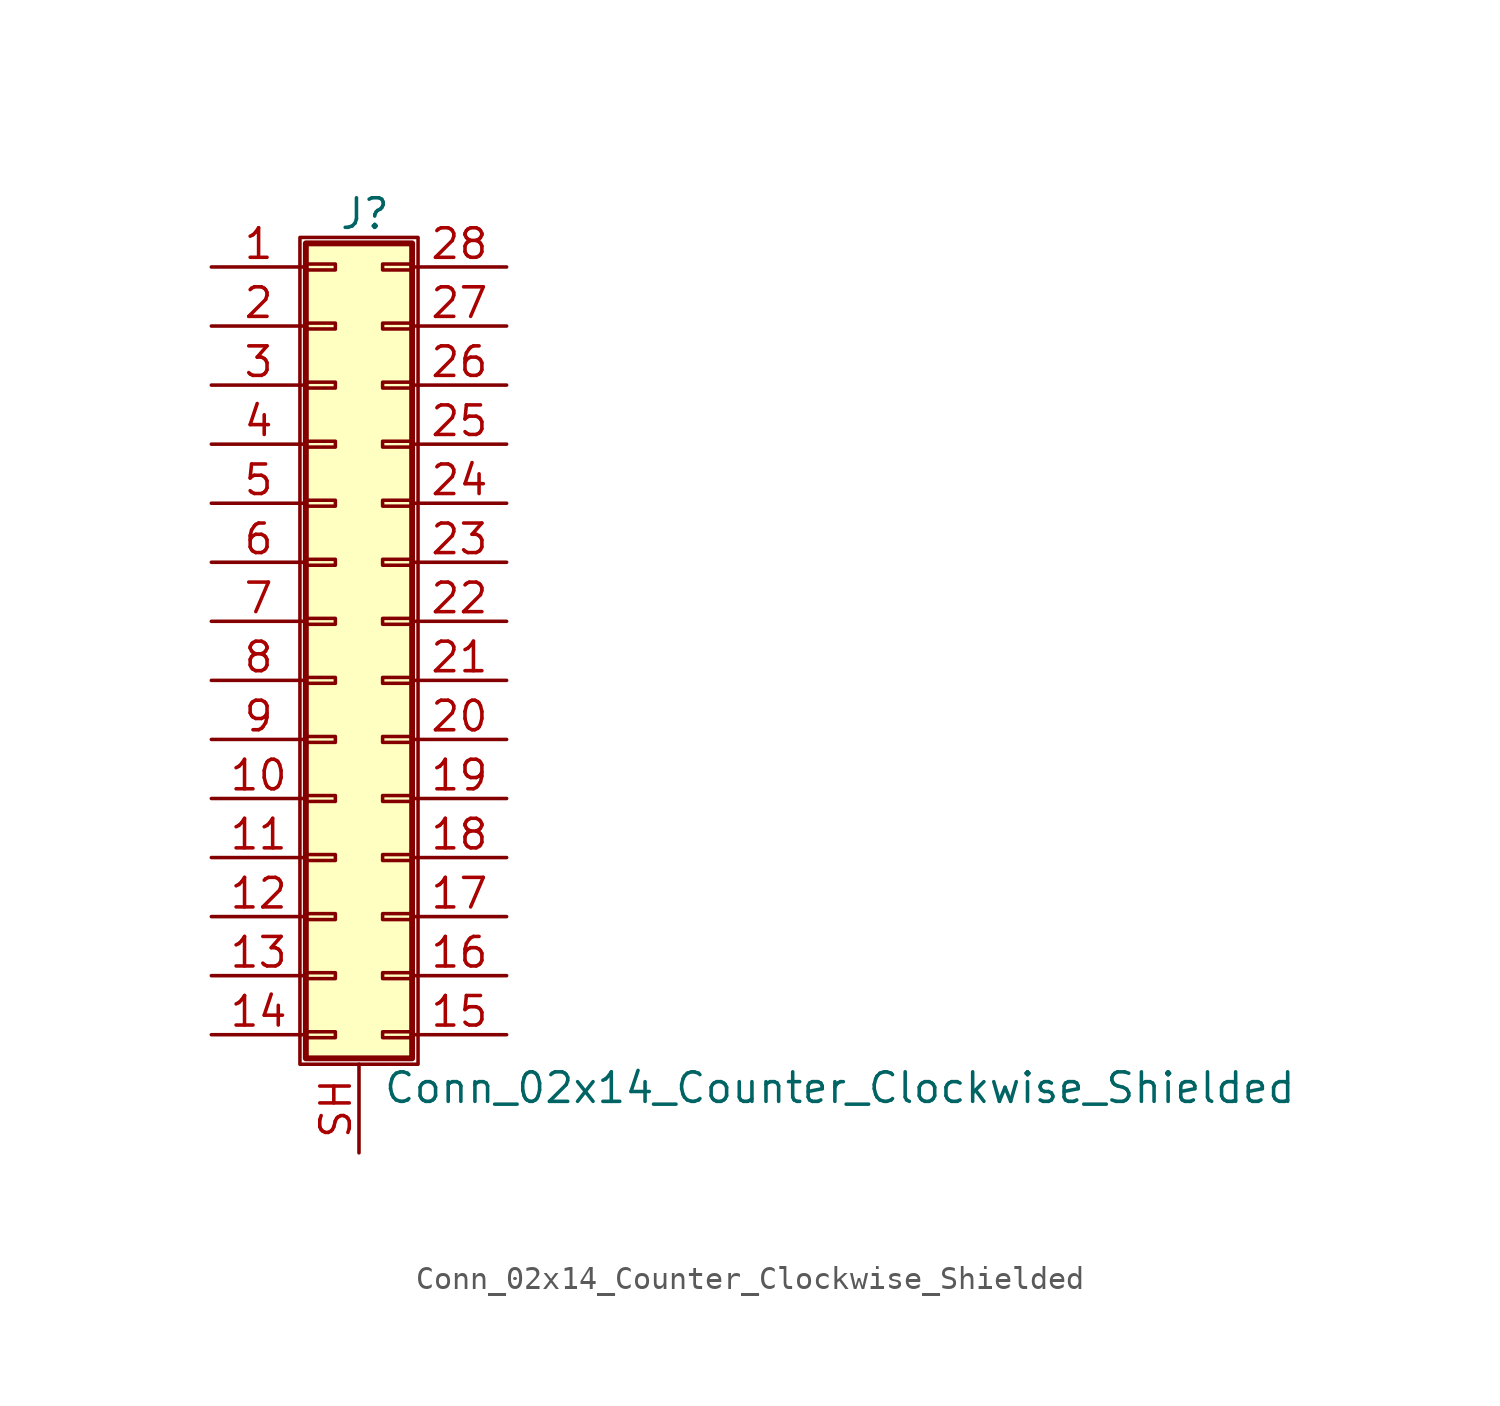
<source format=kicad_sym>
(kicad_symbol_lib
  (version 20201005)
  (generator kicad_symbol_editor)
  (symbol "Connector_Generic_Shielded:Conn_02x14_Counter_Clockwise_Shielded"
    (pin_names
      (offset 1.016) hide)
    (property "Reference" "J"
      (at 1.524 17.526 0)
      (effects (font (size 1.27 1.27))))
    (property "Value" "Conn_02x14_Counter_Clockwise_Shielded"
      (at 2.286 -20.066 0)
      (effects (font (size 1.27 1.27)) (justify left)))
    (symbol "Conn_02x14_Counter_Clockwise_Shielded_1_1"
      (rectangle (start -1.016 -4.953) (end 0.254 -5.207) (stroke (width 0.152)) (fill (type none)))
      (rectangle (start -1.016 -7.493) (end 0.254 -7.747) (stroke (width 0.152)) (fill (type none)))
      (rectangle (start -1.016 -10.033) (end 0.254 -10.287) (stroke (width 0.152)) (fill (type none)))
      (rectangle (start -1.016 -12.573) (end 0.254 -12.827) (stroke (width 0.152)) (fill (type none)))
      (rectangle (start -1.016 -15.113) (end 0.254 -15.367) (stroke (width 0.152)) (fill (type none)))
      (rectangle (start -1.016 -17.653) (end 0.254 -17.907) (stroke (width 0.152)) (fill (type none)))
      (rectangle (start -1.016 -2.413) (end 0.254 -2.667) (stroke (width 0.152)) (fill (type none)))
      (rectangle (start -1.016 2.667) (end 0.254 2.413) (stroke (width 0.152)) (fill (type none)))
      (rectangle (start -1.016 5.207) (end 0.254 4.953) (stroke (width 0.152)) (fill (type none)))
      (rectangle (start -1.016 7.747) (end 0.254 7.493) (stroke (width 0.152)) (fill (type none)))
      (rectangle (start -1.016 10.287) (end 0.254 10.033) (stroke (width 0.152)) (fill (type none)))
      (rectangle (start -1.016 0.127) (end 0.254 -0.127) (stroke (width 0.152)) (fill (type none)))
      (rectangle (start -1.016 12.827) (end 0.254 12.573) (stroke (width 0.152)) (fill (type none)))
      (rectangle (start -1.016 15.367) (end 0.254 15.113) (stroke (width 0.152)) (fill (type none)))
      (rectangle (start -1.016 16.256) (end 3.556 -18.796) (stroke (width 0.254)) (fill (type background)))
      (rectangle (start -1.27 16.51) (end 3.81 -19.05) (stroke (width 0.152)) (fill (type none)))
      (rectangle (start 3.556 -4.953) (end 2.286 -5.207) (stroke (width 0.152)) (fill (type none)))
      (rectangle (start 3.556 -7.493) (end 2.286 -7.747) (stroke (width 0.152)) (fill (type none)))
      (rectangle (start 3.556 -10.033) (end 2.286 -10.287) (stroke (width 0.152)) (fill (type none)))
      (rectangle (start 3.556 -12.573) (end 2.286 -12.827) (stroke (width 0.152)) (fill (type none)))
      (rectangle (start 3.556 -15.113) (end 2.286 -15.367) (stroke (width 0.152)) (fill (type none)))
      (rectangle (start 3.556 -17.653) (end 2.286 -17.907) (stroke (width 0.152)) (fill (type none)))
      (rectangle (start 3.556 -2.413) (end 2.286 -2.667) (stroke (width 0.152)) (fill (type none)))
      (rectangle (start 3.556 2.667) (end 2.286 2.413) (stroke (width 0.152)) (fill (type none)))
      (rectangle (start 3.556 5.207) (end 2.286 4.953) (stroke (width 0.152)) (fill (type none)))
      (rectangle (start 3.556 7.747) (end 2.286 7.493) (stroke (width 0.152)) (fill (type none)))
      (rectangle (start 3.556 10.287) (end 2.286 10.033) (stroke (width 0.152)) (fill (type none)))
      (rectangle (start 3.556 0.127) (end 2.286 -0.127) (stroke (width 0.152)) (fill (type none)))
      (rectangle (start 3.556 12.827) (end 2.286 12.573) (stroke (width 0.152)) (fill (type none)))
      (rectangle (start 3.556 15.367) (end 2.286 15.113) (stroke (width 0.152)) (fill (type none)))
      (pin passive line (at -5.08 15.24 0) (length 4.064) (name "Pin_1" (effects (font (size 1.27 1.27)))) (number "1" (effects (font (size 1.27 1.27)))))
      (pin passive line (at -5.08 -7.62 0) (length 4.064) (name "Pin_10" (effects (font (size 1.27 1.27)))) (number "10" (effects (font (size 1.27 1.27)))))
      (pin passive line (at -5.08 -10.16 0) (length 4.064) (name "Pin_11" (effects (font (size 1.27 1.27)))) (number "11" (effects (font (size 1.27 1.27)))))
      (pin passive line (at -5.08 -12.7 0) (length 4.064) (name "Pin_12" (effects (font (size 1.27 1.27)))) (number "12" (effects (font (size 1.27 1.27)))))
      (pin passive line (at -5.08 -15.24 0) (length 4.064) (name "Pin_13" (effects (font (size 1.27 1.27)))) (number "13" (effects (font (size 1.27 1.27)))))
      (pin passive line (at -5.08 -17.78 0) (length 4.064) (name "Pin_14" (effects (font (size 1.27 1.27)))) (number "14" (effects (font (size 1.27 1.27)))))
      (pin passive line (at 7.62 -17.78 180) (length 4.064) (name "Pin_15" (effects (font (size 1.27 1.27)))) (number "15" (effects (font (size 1.27 1.27)))))
      (pin passive line (at 7.62 -15.24 180) (length 4.064) (name "Pin_16" (effects (font (size 1.27 1.27)))) (number "16" (effects (font (size 1.27 1.27)))))
      (pin passive line (at 7.62 -12.7 180) (length 4.064) (name "Pin_17" (effects (font (size 1.27 1.27)))) (number "17" (effects (font (size 1.27 1.27)))))
      (pin passive line (at 7.62 -10.16 180) (length 4.064) (name "Pin_18" (effects (font (size 1.27 1.27)))) (number "18" (effects (font (size 1.27 1.27)))))
      (pin passive line (at 7.62 -7.62 180) (length 4.064) (name "Pin_19" (effects (font (size 1.27 1.27)))) (number "19" (effects (font (size 1.27 1.27)))))
      (pin passive line (at -5.08 12.7 0) (length 4.064) (name "Pin_2" (effects (font (size 1.27 1.27)))) (number "2" (effects (font (size 1.27 1.27)))))
      (pin passive line (at 7.62 -5.08 180) (length 4.064) (name "Pin_20" (effects (font (size 1.27 1.27)))) (number "20" (effects (font (size 1.27 1.27)))))
      (pin passive line (at 7.62 -2.54 180) (length 4.064) (name "Pin_21" (effects (font (size 1.27 1.27)))) (number "21" (effects (font (size 1.27 1.27)))))
      (pin passive line (at 7.62 0 180) (length 4.064) (name "Pin_22" (effects (font (size 1.27 1.27)))) (number "22" (effects (font (size 1.27 1.27)))))
      (pin passive line (at 7.62 2.54 180) (length 4.064) (name "Pin_23" (effects (font (size 1.27 1.27)))) (number "23" (effects (font (size 1.27 1.27)))))
      (pin passive line (at 7.62 5.08 180) (length 4.064) (name "Pin_24" (effects (font (size 1.27 1.27)))) (number "24" (effects (font (size 1.27 1.27)))))
      (pin passive line (at 7.62 7.62 180) (length 4.064) (name "Pin_25" (effects (font (size 1.27 1.27)))) (number "25" (effects (font (size 1.27 1.27)))))
      (pin passive line (at 7.62 10.16 180) (length 4.064) (name "Pin_26" (effects (font (size 1.27 1.27)))) (number "26" (effects (font (size 1.27 1.27)))))
      (pin passive line (at 7.62 12.7 180) (length 4.064) (name "Pin_27" (effects (font (size 1.27 1.27)))) (number "27" (effects (font (size 1.27 1.27)))))
      (pin passive line (at 7.62 15.24 180) (length 4.064) (name "Pin_28" (effects (font (size 1.27 1.27)))) (number "28" (effects (font (size 1.27 1.27)))))
      (pin passive line (at -5.08 10.16 0) (length 4.064) (name "Pin_3" (effects (font (size 1.27 1.27)))) (number "3" (effects (font (size 1.27 1.27)))))
      (pin passive line (at -5.08 7.62 0) (length 4.064) (name "Pin_4" (effects (font (size 1.27 1.27)))) (number "4" (effects (font (size 1.27 1.27)))))
      (pin passive line (at -5.08 5.08 0) (length 4.064) (name "Pin_5" (effects (font (size 1.27 1.27)))) (number "5" (effects (font (size 1.27 1.27)))))
      (pin passive line (at -5.08 2.54 0) (length 4.064) (name "Pin_6" (effects (font (size 1.27 1.27)))) (number "6" (effects (font (size 1.27 1.27)))))
      (pin passive line (at -5.08 0 0) (length 4.064) (name "Pin_7" (effects (font (size 1.27 1.27)))) (number "7" (effects (font (size 1.27 1.27)))))
      (pin passive line (at -5.08 -2.54 0) (length 4.064) (name "Pin_8" (effects (font (size 1.27 1.27)))) (number "8" (effects (font (size 1.27 1.27)))))
      (pin passive line (at -5.08 -5.08 0) (length 4.064) (name "Pin_9" (effects (font (size 1.27 1.27)))) (number "9" (effects (font (size 1.27 1.27)))))
      (pin passive line (at 1.27 -22.86 90) (length 3.81) (name "Shield" (effects (font (size 1.27 1.27)))) (number "SH" (effects (font (size 1.27 1.27))))))))
</source>
